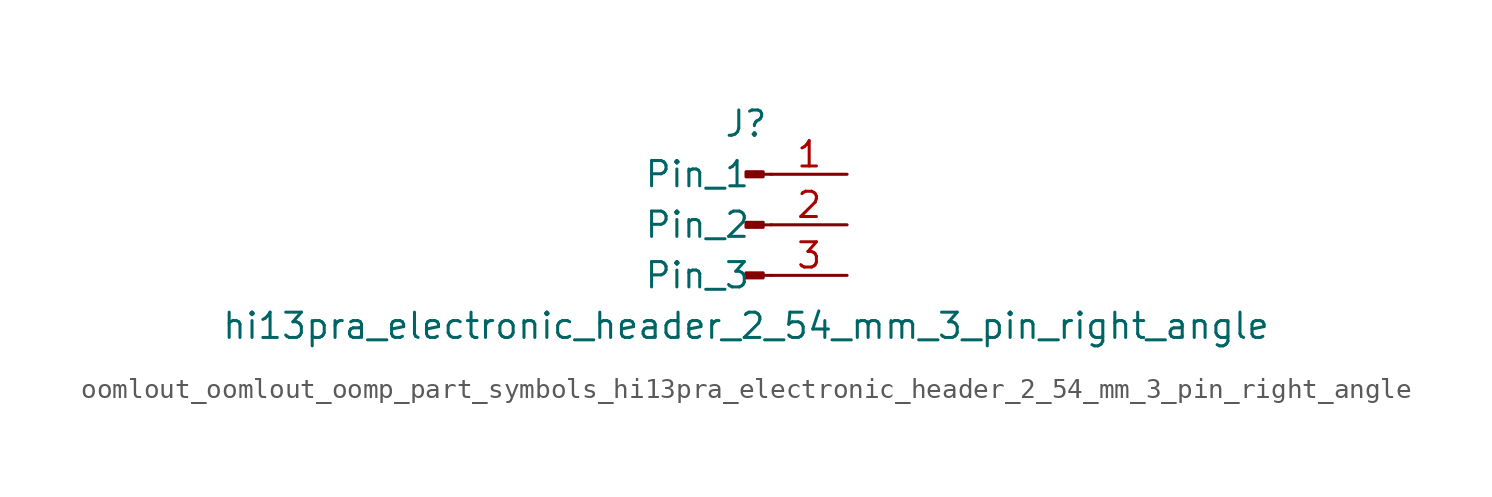
<source format=kicad_sym>
(kicad_symbol_lib
  (version 20220914)
  (generator kicad_symbol_editor)
  (symbol "oomlout_oomlout_oomp_part_symbols_hi13pra_electronic_header_2_54_mm_3_pin_right_angle"
    (pin_names
      (offset 1.016))
    (property "Reference" "J"
      (at 0 5.08 0)
      (effects (font (size 1.27 1.27))))
    (property "Value" "hi13pra_electronic_header_2_54_mm_3_pin_right_angle"
      (at 0 -5.08 0)
      (effects (font (size 1.27 1.27))))
    (property "ki_locked" ""
      (at 0 0 0)
      (effects (font (size 1.27 1.27))))
    (symbol "oomlout_oomlout_oomp_part_symbols_hi13pra_electronic_header_2_54_mm_3_pin_right_angle_1_1"
      (polyline (pts (xy 1.27 -2.54) (xy 0.864 -2.54)) (stroke (width 0.152) (type default)) (fill (type none)))
      (polyline (pts (xy 1.27 0) (xy 0.864 0)) (stroke (width 0.152) (type default)) (fill (type none)))
      (polyline (pts (xy 1.27 2.54) (xy 0.864 2.54)) (stroke (width 0.152) (type default)) (fill (type none)))
      (rectangle (start 0.864 -2.413) (end 0 -2.667) (stroke (width 0.152) (type default)) (fill (type outline)))
      (rectangle (start 0.864 0.127) (end 0 -0.127) (stroke (width 0.152) (type default)) (fill (type outline)))
      (rectangle (start 0.864 2.667) (end 0 2.413) (stroke (width 0.152) (type default)) (fill (type outline)))
      (pin passive line (at 5.08 2.54 180) (length 3.81) (name "Pin_1" (effects (font (size 1.27 1.27)))) (number "1" (effects (font (size 1.27 1.27)))))
      (pin passive line (at 5.08 0 180) (length 3.81) (name "Pin_2" (effects (font (size 1.27 1.27)))) (number "2" (effects (font (size 1.27 1.27)))))
      (pin passive line (at 5.08 -2.54 180) (length 3.81) (name "Pin_3" (effects (font (size 1.27 1.27)))) (number "3" (effects (font (size 1.27 1.27))))))))
</source>
